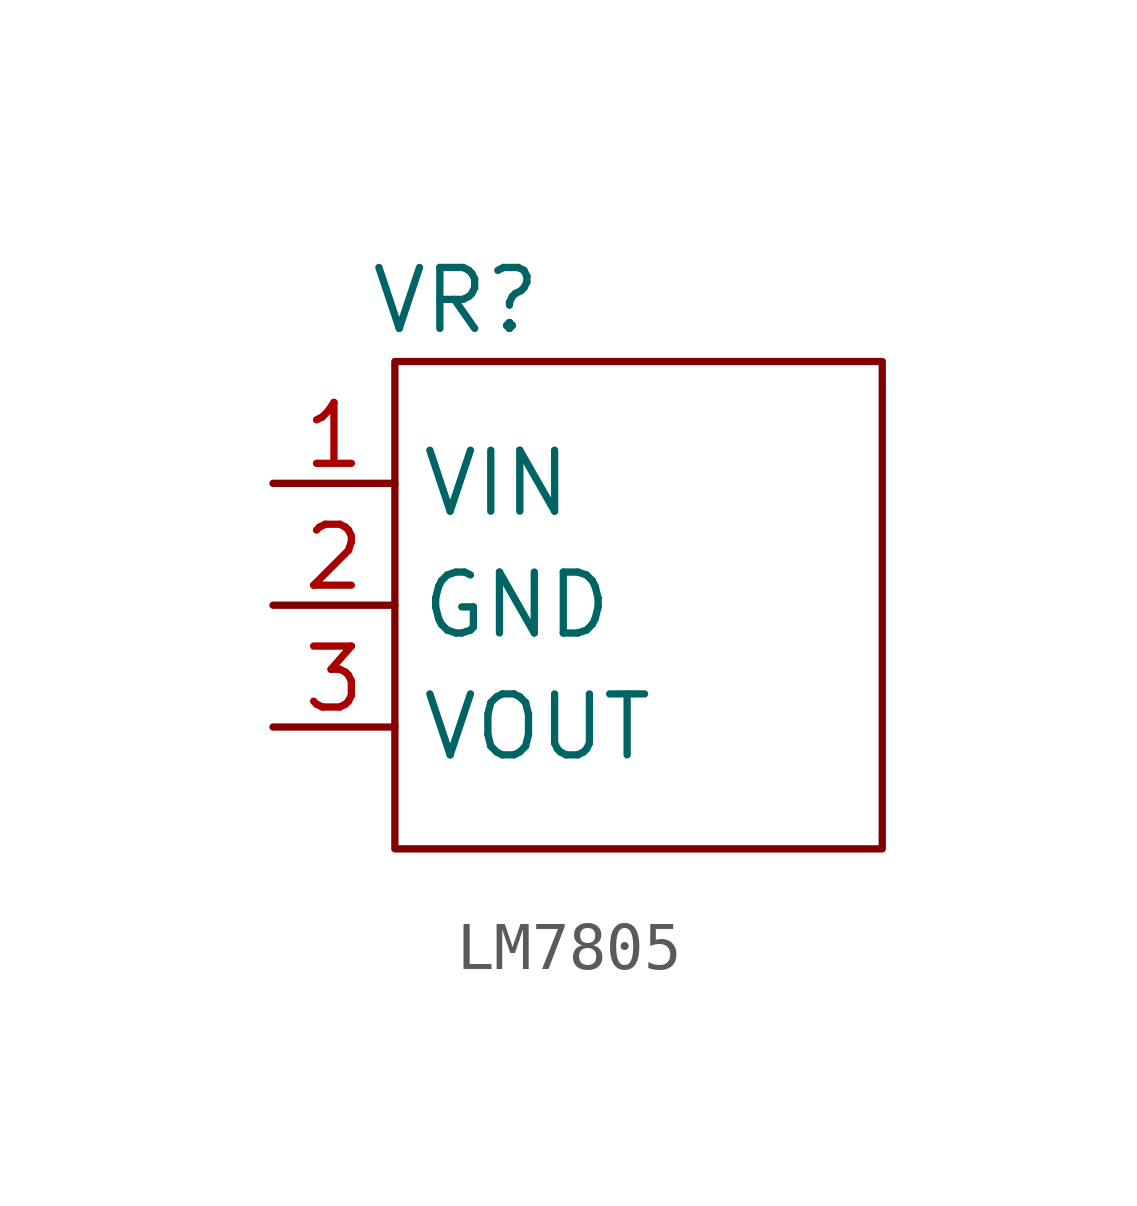
<source format=kicad_sym>
(kicad_symbol_lib
  (version 20220914)
  (generator kicad_symbol_editor)
  (symbol "LM7805"
    (property "Reference" "VR"
      (at -3.81 6.35 0)
      (effects (font (size 1.27 1.27))))
    (property "Value" ""
      (at 0 0 0)
      (effects (font (size 1.27 1.27))))
    (symbol "LM7805_0_1"
      (rectangle (start -5.08 5.08) (end 5.08 -5.08) (stroke (width 0) (type default)) (fill (type none))))
    (symbol "LM7805_1_1"
      (pin input line (at -7.62 2.54 0) (length 2.54) (name "VIN" (effects (font (size 1.27 1.27)))) (number "1" (effects (font (size 1.27 1.27)))))
      (pin input line (at -7.62 0 0) (length 2.54) (name "GND" (effects (font (size 1.27 1.27)))) (number "2" (effects (font (size 1.27 1.27)))))
      (pin input line (at -7.62 -2.54 0) (length 2.54) (name "VOUT" (effects (font (size 1.27 1.27)))) (number "3" (effects (font (size 1.27 1.27))))))))
</source>
